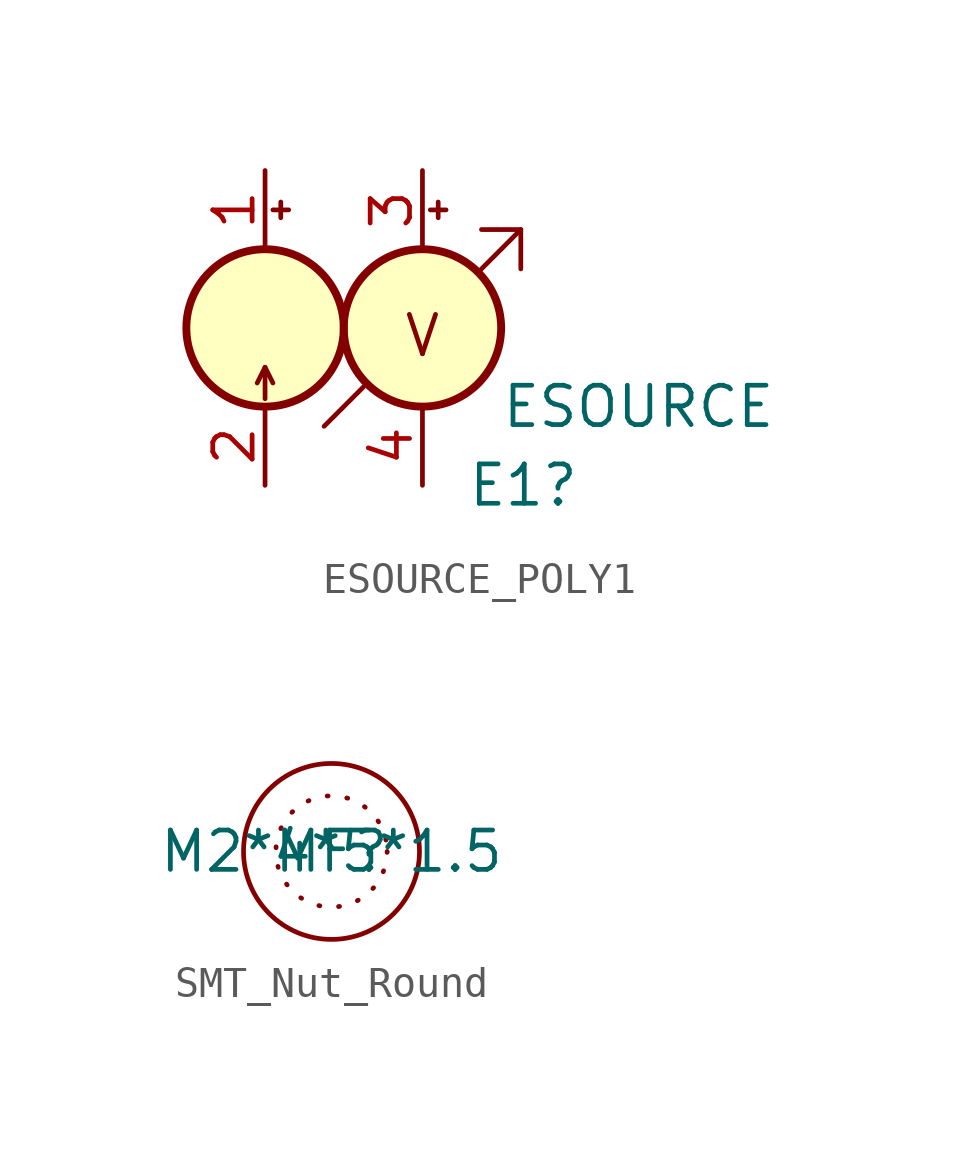
<source format=kicad_sym>
(kicad_symbol_lib
  (version 20220914)
  (generator kicad_symbol_editor)
  (symbol "ESOURCE_POLY1"
    (pin_names
      (offset 1.016) hide)
    (property "Reference" "E1"
      (at 10.16 -5.08 0)
      (effects (font (size 1.27 1.27)) (justify right)))
    (property "Value" "ESOURCE"
      (at 16.51 -2.54 0)
      (effects (font (size 1.27 1.27)) (justify right)))
    (symbol "ESOURCE_POLY1_0_1"
      (polyline (pts (xy 0 -1.27) (xy 0 -2.286)) (stroke (width 0) (type default)) (fill (type none)))
      (polyline (pts (xy 0.254 -1.778) (xy 0 -1.27) (xy -0.254 -1.778)) (stroke (width 0) (type default)) (fill (type none)))
      (circle (center 0 0) (radius 2.54) (stroke (width 0.254) (type default)) (fill (type background))))
    (symbol "ESOURCE_POLY1_1_1"
      (polyline (pts (xy 0.254 3.81) (xy 0.762 3.81)) (stroke (width 0) (type default)) (fill (type none)))
      (polyline (pts (xy 0.508 4.064) (xy 0.508 3.556)) (stroke (width 0) (type default)) (fill (type none)))
      (polyline (pts (xy 1.905 -3.175) (xy 3.175 -1.905)) (stroke (width 0) (type default)) (fill (type none)))
      (polyline (pts (xy 5.334 3.81) (xy 5.842 3.81)) (stroke (width 0) (type default)) (fill (type none)))
      (polyline (pts (xy 5.588 4.064) (xy 5.588 3.556)) (stroke (width 0) (type default)) (fill (type none)))
      (polyline (pts (xy 6.985 1.905) (xy 8.255 3.175)) (stroke (width 0) (type default)) (fill (type none)))
      (polyline (pts (xy 6.985 3.175) (xy 8.255 3.175) (xy 8.255 1.905)) (stroke (width 0) (type default)) (fill (type none)))
      (circle (center 5.08 0) (radius 2.54) (stroke (width 0.254) (type default)) (fill (type background)))
      (text "V" (at 5.08 -0.254 0) (effects (font (size 1.27 1.27))))
      (pin input line (at 0 5.08 270) (length 2.54) (name "N+" (effects (font (size 1.27 1.27)))) (number "1" (effects (font (size 1.27 1.27)))))
      (pin input line (at 0 -5.08 90) (length 2.54) (name "N-" (effects (font (size 1.27 1.27)))) (number "2" (effects (font (size 1.27 1.27)))))
      (pin passive line (at 5.08 5.08 270) (length 2.54) (name "C+" (effects (font (size 1.27 1.27)))) (number "3" (effects (font (size 1.27 1.27)))))
      (pin passive line (at 5.08 -5.08 90) (length 2.54) (name "C-" (effects (font (size 1.27 1.27)))) (number "4" (effects (font (size 1.27 1.27)))))))
  (symbol "SMT_Nut_Round"
    (property "Reference" "MF"
      (at 0 0 0)
      (effects (font (size 1.27 1.27))))
    (property "Value" "M2*4*5*1.5"
      (at 0 0 0)
      (effects (font (size 1.27 1.27))))
    (symbol "SMT_Nut_Round_0_1"
      (circle (center 0 0) (radius 2.84) (stroke (width 0) (type default)) (fill (type none))))
    (symbol "SMT_Nut_Round_1_1"
      (circle (center 0 0) (radius 1.796) (stroke (width 0) (type dot)) (fill (type none))))))
</source>
